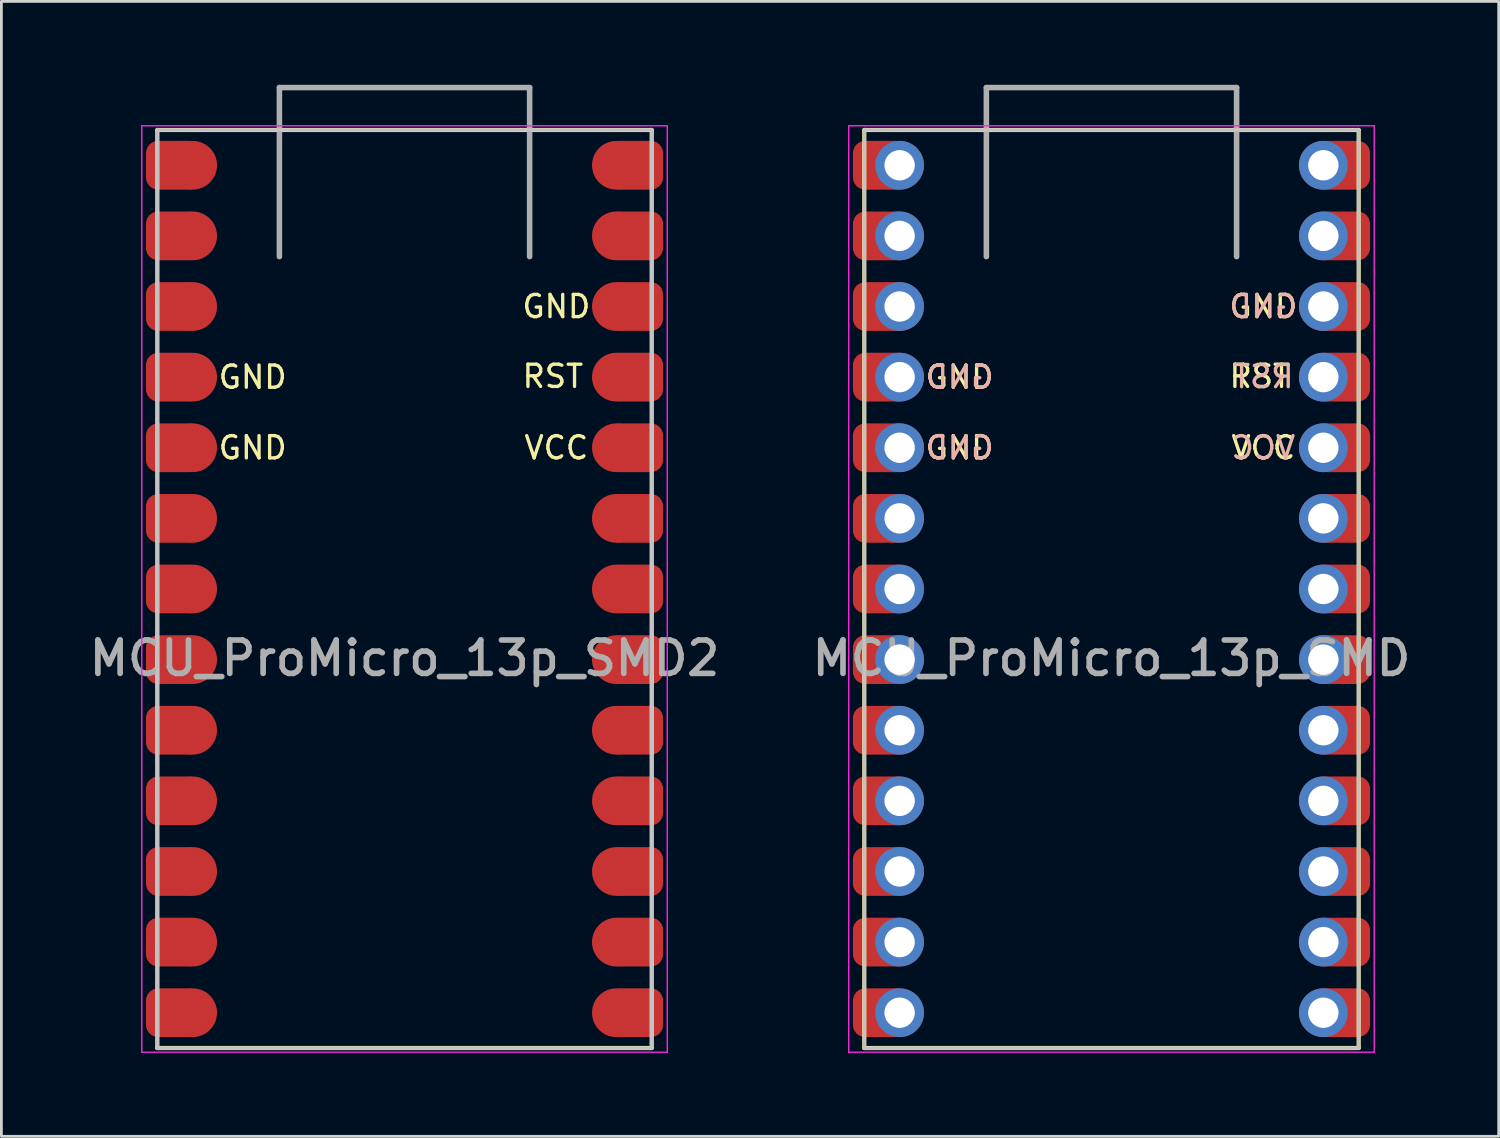
<source format=kicad_pcb>
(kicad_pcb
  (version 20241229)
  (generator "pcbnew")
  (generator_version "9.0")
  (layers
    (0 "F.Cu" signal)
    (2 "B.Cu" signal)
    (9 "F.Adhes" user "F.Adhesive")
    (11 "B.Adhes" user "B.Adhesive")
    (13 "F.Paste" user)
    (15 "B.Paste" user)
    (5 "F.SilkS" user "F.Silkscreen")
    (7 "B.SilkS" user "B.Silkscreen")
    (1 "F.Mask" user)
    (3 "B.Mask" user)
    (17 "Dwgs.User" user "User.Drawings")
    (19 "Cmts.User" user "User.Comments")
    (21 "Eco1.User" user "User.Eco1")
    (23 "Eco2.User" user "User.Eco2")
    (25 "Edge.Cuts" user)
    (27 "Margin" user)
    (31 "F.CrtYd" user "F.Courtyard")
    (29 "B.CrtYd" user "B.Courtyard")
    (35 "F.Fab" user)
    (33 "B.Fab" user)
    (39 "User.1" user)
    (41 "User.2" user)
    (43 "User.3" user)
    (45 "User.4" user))
  (footprint "MCU_ProMicro_13p_SMD2"
    (layer "F.Cu")
    (at 11.499 18.624)
    (property "Reference" "MCU_ProMicro_13p_SMD2" (at 0 2 180) (layer "F.Fab") (effects (font (size 1.2 1.2) (thickness 0.203))))
    (attr through_hole)
    (fp_line (start -8.89 -17) (end -8.89 16.02) (stroke (width 0.15) (type default)) (layer "F.SilkS"))
    (fp_line (start -8.89 -17) (end 8.89 -17) (stroke (width 0.15) (type default)) (layer "F.SilkS"))
    (fp_line (start 8.89 16.02) (end -8.89 16.02) (stroke (width 0.15) (type default)) (layer "F.SilkS"))
    (fp_line (start 8.89 16.02) (end 8.89 -17) (stroke (width 0.15) (type default)) (layer "F.SilkS"))
    (fp_line (start -8.89 -17) (end 8.89 -17) (stroke (width 0.12) (type default)) (layer "Dwgs.User"))
    (fp_line (start -8.89 16.02) (end -8.89 -17) (stroke (width 0.12) (type default)) (layer "Dwgs.User"))
    (fp_line (start 8.89 -17) (end 8.89 16.02) (stroke (width 0.12) (type default)) (layer "Dwgs.User"))
    (fp_line (start 8.89 16.02) (end -8.89 16.02) (stroke (width 0.12) (type default)) (layer "Dwgs.User"))
    (fp_line (start -9.45 -17.15) (end -9.45 16.17) (stroke (width 0.05) (type default)) (layer "F.CrtYd"))
    (fp_line (start -9.45 -17.15) (end 9.45 -17.15) (stroke (width 0.05) (type default)) (layer "F.CrtYd"))
    (fp_line (start 9.45 -17.15) (end 9.45 16.17) (stroke (width 0.05) (type default)) (layer "F.CrtYd"))
    (fp_line (start 9.45 16.17) (end -9.45 16.17) (stroke (width 0.05) (type default)) (layer "F.CrtYd"))
    (fp_line (start -4.5 -18.524) (end 4.5 -18.524) (stroke (width 0.2) (type solid)) (layer "F.Fab"))
    (fp_line (start -4.5 -12.444) (end -4.5 -18.524) (stroke (width 0.2) (type solid)) (layer "F.Fab"))
    (fp_line (start 4.5 -18.524) (end 4.5 -12.444) (stroke (width 0.2) (type solid)) (layer "F.Fab"))
    (fp_text user "GND" (at 5.461 -10.65 0) (layer "F.SilkS") (effects (font (size 0.8 0.8) (thickness 0.12))))
    (fp_text user "GND" (at -5.461 -5.57 0) (layer "F.SilkS") (effects (font (size 0.8 0.8) (thickness 0.12))))
    (fp_text user "VCC" (at 5.461 -5.57 0) (layer "F.SilkS") (effects (font (size 0.8 0.8) (thickness 0.12))))
    (fp_text user "GND" (at -5.461 -8.11 0) (layer "F.SilkS") (effects (font (size 0.8 0.8) (thickness 0.12))))
    (fp_text user "RST" (at 5.334 -8.14 0) (layer "F.SilkS") (effects (font (size 0.8 0.8) (thickness 0.12))))
    (pad "1" smd roundrect (at -8.3 -15.73) (size 2 1.753) (layers "F.Cu" "F.Mask") (roundrect_rratio 0.25) (chamfer_ratio 0.2) (chamfer))
    (pad "1" smd circle (at -7.62 -15.73 270) (size 1.753 1.753) (layers "F.Cu" "F.Mask"))
    (pad "2" smd roundrect (at -8.3 -13.19) (size 2 1.753) (layers "F.Cu" "F.Mask") (roundrect_rratio 0.25) (chamfer_ratio 0.2) (chamfer))
    (pad "2" smd circle (at -7.62 -13.19 270) (size 1.753 1.753) (layers "F.Cu" "F.Mask"))
    (pad "3" smd roundrect (at -8.3 -10.65) (size 2 1.753) (layers "F.Cu" "F.Mask") (roundrect_rratio 0.25) (chamfer_ratio 0.2) (chamfer))
    (pad "3" smd circle (at -7.62 -10.65 270) (size 1.753 1.753) (layers "F.Cu" "F.Mask"))
    (pad "4" smd roundrect (at -8.3 -8.11) (size 2 1.753) (layers "F.Cu" "F.Mask") (roundrect_rratio 0.25) (chamfer_ratio 0.2) (chamfer))
    (pad "4" smd circle (at -7.62 -8.11 270) (size 1.753 1.753) (layers "F.Cu" "F.Mask"))
    (pad "5" smd roundrect (at -8.3 -5.57) (size 2 1.753) (layers "F.Cu" "F.Mask") (roundrect_rratio 0.25) (chamfer_ratio 0.2) (chamfer))
    (pad "5" smd circle (at -7.62 -5.57 270) (size 1.753 1.753) (layers "F.Cu" "F.Mask"))
    (pad "6" smd roundrect (at -8.3 -3.03) (size 2 1.753) (layers "F.Cu" "F.Mask") (roundrect_rratio 0.25) (chamfer_ratio 0.2) (chamfer))
    (pad "6" smd circle (at -7.62 -3.03 270) (size 1.753 1.753) (layers "F.Cu" "F.Mask"))
    (pad "7" smd roundrect (at -8.3 -0.49) (size 2 1.753) (layers "F.Cu" "F.Mask") (roundrect_rratio 0.25) (chamfer_ratio 0.2) (chamfer))
    (pad "7" smd circle (at -7.62 -0.49 270) (size 1.753 1.753) (layers "F.Cu" "F.Mask"))
    (pad "8" smd roundrect (at -8.3 2.05) (size 2 1.753) (layers "F.Cu" "F.Mask") (roundrect_rratio 0.25) (chamfer_ratio 0.2) (chamfer))
    (pad "8" smd circle (at -7.62 2.05 270) (size 1.753 1.753) (layers "F.Cu" "F.Mask"))
    (pad "9" smd roundrect (at -8.3 4.59) (size 2 1.753) (layers "F.Cu" "F.Mask") (roundrect_rratio 0.25) (chamfer_ratio 0.2) (chamfer))
    (pad "9" smd circle (at -7.62 4.59 270) (size 1.753 1.753) (layers "F.Cu" "F.Mask"))
    (pad "10" smd roundrect (at -8.3 7.13) (size 2 1.753) (layers "F.Cu" "F.Mask") (roundrect_rratio 0.25) (chamfer_ratio 0.2) (chamfer))
    (pad "10" smd circle (at -7.62 7.13 270) (size 1.753 1.753) (layers "F.Cu" "F.Mask"))
    (pad "11" smd roundrect (at -8.3 9.67) (size 2 1.753) (layers "F.Cu" "F.Mask") (roundrect_rratio 0.25) (chamfer_ratio 0.2) (chamfer))
    (pad "11" smd circle (at -7.62 9.67 270) (size 1.753 1.753) (layers "F.Cu" "F.Mask"))
    (pad "12" smd roundrect (at -8.3 12.21) (size 2 1.753) (layers "F.Cu" "F.Mask") (roundrect_rratio 0.25) (chamfer_ratio 0.2) (chamfer))
    (pad "12" smd circle (at -7.62 12.21 270) (size 1.753 1.753) (layers "F.Cu" "F.Mask"))
    (pad "13" smd roundrect (at -8.3 14.75) (size 2 1.753) (layers "F.Cu" "F.Mask") (roundrect_rratio 0.25) (chamfer_ratio 0.2) (chamfer))
    (pad "13" smd circle (at -7.62 14.75 270) (size 1.753 1.753) (layers "F.Cu" "F.Mask"))
    (pad "14" smd circle (at 7.62 14.75 270) (size 1.753 1.753) (layers "F.Cu" "F.Mask"))
    (pad "14" smd roundrect (at 8.3 14.75 180) (size 2 1.753) (layers "F.Cu" "F.Mask") (roundrect_rratio 0.25) (chamfer_ratio 0.2) (chamfer))
    (pad "15" smd circle (at 7.62 12.21 270) (size 1.753 1.753) (layers "F.Cu" "F.Mask"))
    (pad "15" smd roundrect (at 8.3 12.21 180) (size 2 1.753) (layers "F.Cu" "F.Mask") (roundrect_rratio 0.25) (chamfer_ratio 0.2) (chamfer))
    (pad "16" smd circle (at 7.62 9.67 270) (size 1.753 1.753) (layers "F.Cu" "F.Mask"))
    (pad "16" smd roundrect (at 8.3 9.67 180) (size 2 1.753) (layers "F.Cu" "F.Mask") (roundrect_rratio 0.25) (chamfer_ratio 0.2) (chamfer))
    (pad "17" smd circle (at 7.62 7.13 270) (size 1.753 1.753) (layers "F.Cu" "F.Mask"))
    (pad "17" smd roundrect (at 8.3 7.13 180) (size 2 1.753) (layers "F.Cu" "F.Mask") (roundrect_rratio 0.25) (chamfer_ratio 0.2) (chamfer))
    (pad "18" smd circle (at 7.62 4.59 270) (size 1.753 1.753) (layers "F.Cu" "F.Mask"))
    (pad "18" smd roundrect (at 8.3 4.59 180) (size 2 1.753) (layers "F.Cu" "F.Mask") (roundrect_rratio 0.25) (chamfer_ratio 0.2) (chamfer))
    (pad "19" smd circle (at 7.62 2.05 270) (size 1.753 1.753) (layers "F.Cu" "F.Mask"))
    (pad "19" smd roundrect (at 8.3 2.05 180) (size 2 1.753) (layers "F.Cu" "F.Mask") (roundrect_rratio 0.25) (chamfer_ratio 0.2) (chamfer))
    (pad "20" smd circle (at 7.62 -0.49 270) (size 1.753 1.753) (layers "F.Cu" "F.Mask"))
    (pad "20" smd roundrect (at 8.3 -0.49 180) (size 2 1.753) (layers "F.Cu" "F.Mask") (roundrect_rratio 0.25) (chamfer_ratio 0.2) (chamfer))
    (pad "21" smd circle (at 7.62 -3.03 270) (size 1.753 1.753) (layers "F.Cu" "F.Mask"))
    (pad "21" smd roundrect (at 8.3 -3.03 180) (size 2 1.753) (layers "F.Cu" "F.Mask") (roundrect_rratio 0.25) (chamfer_ratio 0.2) (chamfer))
    (pad "22" smd circle (at 7.62 -5.57 270) (size 1.753 1.753) (layers "F.Cu" "F.Mask"))
    (pad "22" smd roundrect (at 8.3 -5.57 180) (size 2 1.753) (layers "F.Cu" "F.Mask") (roundrect_rratio 0.25) (chamfer_ratio 0.2) (chamfer))
    (pad "23" smd circle (at 7.62 -8.11 270) (size 1.753 1.753) (layers "F.Cu" "F.Mask"))
    (pad "23" smd roundrect (at 8.3 -8.11 180) (size 2 1.753) (layers "F.Cu" "F.Mask") (roundrect_rratio 0.25) (chamfer_ratio 0.2) (chamfer))
    (pad "24" smd circle (at 7.62 -10.65 270) (size 1.753 1.753) (layers "F.Cu" "F.Mask"))
    (pad "24" smd roundrect (at 8.3 -10.65 180) (size 2 1.753) (layers "F.Cu" "F.Mask") (roundrect_rratio 0.25) (chamfer_ratio 0.2) (chamfer))
    (pad "25" smd circle (at 7.62 -13.19 270) (size 1.753 1.753) (layers "F.Cu" "F.Mask"))
    (pad "25" smd roundrect (at 8.3 -13.19 180) (size 2 1.753) (layers "F.Cu" "F.Mask") (roundrect_rratio 0.25) (chamfer_ratio 0.2) (chamfer))
    (pad "26" smd circle (at 7.62 -15.73 270) (size 1.753 1.753) (layers "F.Cu" "F.Mask"))
    (pad "26" smd roundrect (at 8.3 -15.73 180) (size 2 1.753) (layers "F.Cu" "F.Mask") (roundrect_rratio 0.25) (chamfer_ratio 0.2) (chamfer)))
  (footprint "MCU_ProMicro_13p_SMD"
    (layer "F.Cu")
    (at 36.926 18.624)
    (property "Reference" "MCU_ProMicro_13p_SMD" (at 0 2 180) (layer "F.Fab") (effects (font (size 1.2 1.2) (thickness 0.203))))
    (attr through_hole)
    (fp_line (start -8.89 -17) (end -8.89 16.02) (stroke (width 0.15) (type default)) (layer "F.SilkS"))
    (fp_line (start -8.89 -17) (end 8.89 -17) (stroke (width 0.15) (type default)) (layer "F.SilkS"))
    (fp_line (start 8.89 16.02) (end -8.89 16.02) (stroke (width 0.15) (type default)) (layer "F.SilkS"))
    (fp_line (start 8.89 16.02) (end 8.89 -17) (stroke (width 0.15) (type default)) (layer "F.SilkS"))
    (fp_line (start -8.89 -17) (end 8.89 -17) (stroke (width 0.12) (type default)) (layer "Dwgs.User"))
    (fp_line (start -8.89 16.02) (end -8.89 -17) (stroke (width 0.12) (type default)) (layer "Dwgs.User"))
    (fp_line (start 8.89 -17) (end 8.89 16.02) (stroke (width 0.12) (type default)) (layer "Dwgs.User"))
    (fp_line (start 8.89 16.02) (end -8.89 16.02) (stroke (width 0.12) (type default)) (layer "Dwgs.User"))
    (fp_line (start -9.45 -17.15) (end -9.45 16.17) (stroke (width 0.05) (type default)) (layer "F.CrtYd"))
    (fp_line (start -9.45 -17.15) (end 9.45 -17.15) (stroke (width 0.05) (type default)) (layer "F.CrtYd"))
    (fp_line (start 9.45 -17.15) (end 9.45 16.17) (stroke (width 0.05) (type default)) (layer "F.CrtYd"))
    (fp_line (start 9.45 16.17) (end -9.45 16.17) (stroke (width 0.05) (type default)) (layer "F.CrtYd"))
    (fp_line (start -4.5 -18.524) (end 4.5 -18.524) (stroke (width 0.2) (type solid)) (layer "F.Fab"))
    (fp_line (start -4.5 -12.444) (end -4.5 -18.524) (stroke (width 0.2) (type solid)) (layer "F.Fab"))
    (fp_line (start 4.5 -18.524) (end 4.5 -12.444) (stroke (width 0.2) (type solid)) (layer "F.Fab"))
    (fp_text user "GND" (at 5.461 -10.65 0) (layer "F.SilkS") (effects (font (size 0.8 0.8) (thickness 0.12))))
    (fp_text user "GND" (at -5.461 -5.57 0) (layer "F.SilkS") (effects (font (size 0.8 0.8) (thickness 0.12))))
    (fp_text user "VCC" (at 5.461 -5.57 0) (layer "F.SilkS") (effects (font (size 0.8 0.8) (thickness 0.12))))
    (fp_text user "RST" (at 5.334 -8.14 0) (layer "F.SilkS") (effects (font (size 0.8 0.8) (thickness 0.12))))
    (fp_text user "GND" (at -5.461 -8.11 0) (layer "F.SilkS") (effects (font (size 0.8 0.8) (thickness 0.12))))
    (fp_text user "VCC" (at 5.461 -5.57 0) (layer "B.SilkS") (effects (font (size 0.8 0.8) (thickness 0.12)) (justify mirror)))
    (fp_text user "RST" (at 5.461 -8.13 0) (layer "B.SilkS") (effects (font (size 0.8 0.8) (thickness 0.12)) (justify mirror)))
    (fp_text user "GND" (at -5.461 -5.57 0) (layer "B.SilkS") (effects (font (size 0.8 0.8) (thickness 0.12)) (justify mirror)))
    (fp_text user "GND" (at 5.461 -10.65 0) (layer "B.SilkS") (effects (font (size 0.8 0.8) (thickness 0.12)) (justify mirror)))
    (fp_text user "GND" (at -5.461 -8.11 0) (layer "B.SilkS") (effects (font (size 0.8 0.8) (thickness 0.12)) (justify mirror)))
    (pad "1" smd roundrect (at -8.3 -15.73) (size 2 1.753) (layers "F.Cu" "F.Mask") (roundrect_rratio 0.25) (chamfer_ratio 0.2) (chamfer))
    (pad "1" thru_hole circle (at -7.62 -15.73 270) (size 1.753 1.753) (drill 1.092) (layers "*.Cu" "*.Mask"))
    (pad "2" smd roundrect (at -8.3 -13.19) (size 2 1.753) (layers "F.Cu" "F.Mask") (roundrect_rratio 0.25) (chamfer_ratio 0.2) (chamfer))
    (pad "2" thru_hole circle (at -7.62 -13.19 270) (size 1.753 1.753) (drill 1.092) (layers "*.Cu" "*.Mask"))
    (pad "3" smd roundrect (at -8.3 -10.65) (size 2 1.753) (layers "F.Cu" "F.Mask") (roundrect_rratio 0.25) (chamfer_ratio 0.2) (chamfer))
    (pad "3" thru_hole circle (at -7.62 -10.65 270) (size 1.753 1.753) (drill 1.092) (layers "*.Cu" "*.Mask"))
    (pad "4" smd roundrect (at -8.3 -8.11) (size 2 1.753) (layers "F.Cu" "F.Mask") (roundrect_rratio 0.25) (chamfer_ratio 0.2) (chamfer))
    (pad "4" thru_hole circle (at -7.62 -8.11 270) (size 1.753 1.753) (drill 1.092) (layers "*.Cu" "*.Mask"))
    (pad "5" smd roundrect (at -8.3 -5.57) (size 2 1.753) (layers "F.Cu" "F.Mask") (roundrect_rratio 0.25) (chamfer_ratio 0.2) (chamfer))
    (pad "5" thru_hole circle (at -7.62 -5.57 270) (size 1.753 1.753) (drill 1.092) (layers "*.Cu" "*.Mask"))
    (pad "6" smd roundrect (at -8.3 -3.03) (size 2 1.753) (layers "F.Cu" "F.Mask") (roundrect_rratio 0.25) (chamfer_ratio 0.2) (chamfer))
    (pad "6" thru_hole circle (at -7.62 -3.03 270) (size 1.753 1.753) (drill 1.092) (layers "*.Cu" "*.Mask"))
    (pad "7" smd roundrect (at -8.3 -0.49) (size 2 1.753) (layers "F.Cu" "F.Mask") (roundrect_rratio 0.25) (chamfer_ratio 0.2) (chamfer))
    (pad "7" thru_hole circle (at -7.62 -0.49 270) (size 1.753 1.753) (drill 1.092) (layers "*.Cu" "*.Mask"))
    (pad "8" smd roundrect (at -8.3 2.05) (size 2 1.753) (layers "F.Cu" "F.Mask") (roundrect_rratio 0.25) (chamfer_ratio 0.2) (chamfer))
    (pad "8" thru_hole circle (at -7.62 2.05 270) (size 1.753 1.753) (drill 1.092) (layers "*.Cu" "*.Mask"))
    (pad "9" smd roundrect (at -8.3 4.59) (size 2 1.753) (layers "F.Cu" "F.Mask") (roundrect_rratio 0.25) (chamfer_ratio 0.2) (chamfer))
    (pad "9" thru_hole circle (at -7.62 4.59 270) (size 1.753 1.753) (drill 1.092) (layers "*.Cu" "*.Mask"))
    (pad "10" smd roundrect (at -8.3 7.13) (size 2 1.753) (layers "F.Cu" "F.Mask") (roundrect_rratio 0.25) (chamfer_ratio 0.2) (chamfer))
    (pad "10" thru_hole circle (at -7.62 7.13 270) (size 1.753 1.753) (drill 1.092) (layers "*.Cu" "*.Mask"))
    (pad "11" smd roundrect (at -8.3 9.67) (size 2 1.753) (layers "F.Cu" "F.Mask") (roundrect_rratio 0.25) (chamfer_ratio 0.2) (chamfer))
    (pad "11" thru_hole circle (at -7.62 9.67 270) (size 1.753 1.753) (drill 1.092) (layers "*.Cu" "*.Mask"))
    (pad "12" smd roundrect (at -8.3 12.21) (size 2 1.753) (layers "F.Cu" "F.Mask") (roundrect_rratio 0.25) (chamfer_ratio 0.2) (chamfer))
    (pad "12" thru_hole circle (at -7.62 12.21 270) (size 1.753 1.753) (drill 1.092) (layers "*.Cu" "*.Mask"))
    (pad "13" smd roundrect (at -8.3 14.75) (size 2 1.753) (layers "F.Cu" "F.Mask") (roundrect_rratio 0.25) (chamfer_ratio 0.2) (chamfer))
    (pad "13" thru_hole circle (at -7.62 14.75 270) (size 1.753 1.753) (drill 1.092) (layers "*.Cu" "*.Mask"))
    (pad "14" thru_hole circle (at 7.62 14.75 270) (size 1.753 1.753) (drill 1.092) (layers "*.Cu" "*.Mask"))
    (pad "14" smd roundrect (at 8.3 14.75 180) (size 2 1.753) (layers "F.Cu" "F.Mask") (roundrect_rratio 0.25) (chamfer_ratio 0.2) (chamfer))
    (pad "15" thru_hole circle (at 7.62 12.21 270) (size 1.753 1.753) (drill 1.092) (layers "*.Cu" "*.Mask"))
    (pad "15" smd roundrect (at 8.3 12.21 180) (size 2 1.753) (layers "F.Cu" "F.Mask") (roundrect_rratio 0.25) (chamfer_ratio 0.2) (chamfer))
    (pad "16" thru_hole circle (at 7.62 9.67 270) (size 1.753 1.753) (drill 1.092) (layers "*.Cu" "*.Mask"))
    (pad "16" smd roundrect (at 8.3 9.67 180) (size 2 1.753) (layers "F.Cu" "F.Mask") (roundrect_rratio 0.25) (chamfer_ratio 0.2) (chamfer))
    (pad "17" thru_hole circle (at 7.62 7.13 270) (size 1.753 1.753) (drill 1.092) (layers "*.Cu" "*.Mask"))
    (pad "17" smd roundrect (at 8.3 7.13 180) (size 2 1.753) (layers "F.Cu" "F.Mask") (roundrect_rratio 0.25) (chamfer_ratio 0.2) (chamfer))
    (pad "18" thru_hole circle (at 7.62 4.59 270) (size 1.753 1.753) (drill 1.092) (layers "*.Cu" "*.Mask"))
    (pad "18" smd roundrect (at 8.3 4.59 180) (size 2 1.753) (layers "F.Cu" "F.Mask") (roundrect_rratio 0.25) (chamfer_ratio 0.2) (chamfer))
    (pad "19" thru_hole circle (at 7.62 2.05 270) (size 1.753 1.753) (drill 1.092) (layers "*.Cu" "*.Mask"))
    (pad "19" smd roundrect (at 8.3 2.05 180) (size 2 1.753) (layers "F.Cu" "F.Mask") (roundrect_rratio 0.25) (chamfer_ratio 0.2) (chamfer))
    (pad "20" thru_hole circle (at 7.62 -0.49 270) (size 1.753 1.753) (drill 1.092) (layers "*.Cu" "*.Mask"))
    (pad "20" smd roundrect (at 8.3 -0.49 180) (size 2 1.753) (layers "F.Cu" "F.Mask") (roundrect_rratio 0.25) (chamfer_ratio 0.2) (chamfer))
    (pad "21" thru_hole circle (at 7.62 -3.03 270) (size 1.753 1.753) (drill 1.092) (layers "*.Cu" "*.Mask"))
    (pad "21" smd roundrect (at 8.3 -3.03 180) (size 2 1.753) (layers "F.Cu" "F.Mask") (roundrect_rratio 0.25) (chamfer_ratio 0.2) (chamfer))
    (pad "22" thru_hole circle (at 7.62 -5.57 270) (size 1.753 1.753) (drill 1.092) (layers "*.Cu" "*.Mask"))
    (pad "22" smd roundrect (at 8.3 -5.57 180) (size 2 1.753) (layers "F.Cu" "F.Mask") (roundrect_rratio 0.25) (chamfer_ratio 0.2) (chamfer))
    (pad "23" thru_hole circle (at 7.62 -8.11 270) (size 1.753 1.753) (drill 1.092) (layers "*.Cu" "*.Mask"))
    (pad "23" smd roundrect (at 8.3 -8.11 180) (size 2 1.753) (layers "F.Cu" "F.Mask") (roundrect_rratio 0.25) (chamfer_ratio 0.2) (chamfer))
    (pad "24" thru_hole circle (at 7.62 -10.65 270) (size 1.753 1.753) (drill 1.092) (layers "*.Cu" "*.Mask"))
    (pad "24" smd roundrect (at 8.3 -10.65 180) (size 2 1.753) (layers "F.Cu" "F.Mask") (roundrect_rratio 0.25) (chamfer_ratio 0.2) (chamfer))
    (pad "25" thru_hole circle (at 7.62 -13.19 270) (size 1.753 1.753) (drill 1.092) (layers "*.Cu" "*.Mask"))
    (pad "25" smd roundrect (at 8.3 -13.19 180) (size 2 1.753) (layers "F.Cu" "F.Mask") (roundrect_rratio 0.25) (chamfer_ratio 0.2) (chamfer))
    (pad "26" thru_hole circle (at 7.62 -15.73 270) (size 1.753 1.753) (drill 1.092) (layers "*.Cu" "*.Mask"))
    (pad "26" smd roundrect (at 8.3 -15.73 180) (size 2 1.753) (layers "F.Cu" "F.Mask") (roundrect_rratio 0.25) (chamfer_ratio 0.2) (chamfer)))
  (gr_rect
    (start -3 -3)
    (end 50.853 37.819)
    (stroke (width 0.1) (type default))
    (fill no)
    (layer "Edge.Cuts")))
</source>
